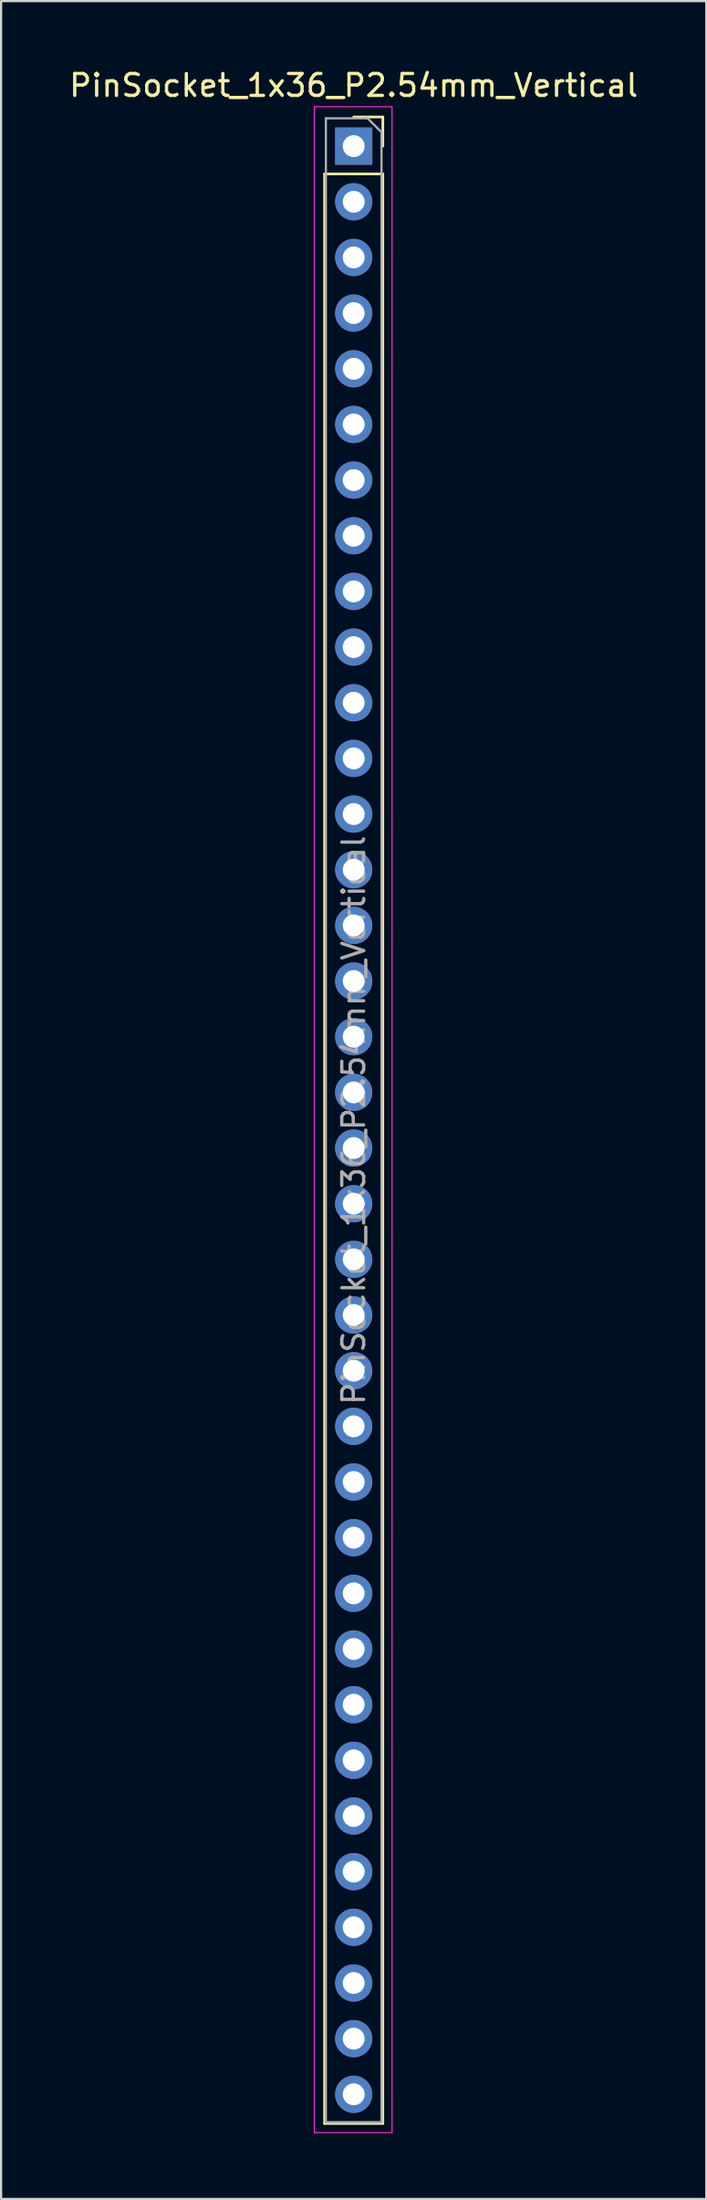
<source format=kicad_pcb>
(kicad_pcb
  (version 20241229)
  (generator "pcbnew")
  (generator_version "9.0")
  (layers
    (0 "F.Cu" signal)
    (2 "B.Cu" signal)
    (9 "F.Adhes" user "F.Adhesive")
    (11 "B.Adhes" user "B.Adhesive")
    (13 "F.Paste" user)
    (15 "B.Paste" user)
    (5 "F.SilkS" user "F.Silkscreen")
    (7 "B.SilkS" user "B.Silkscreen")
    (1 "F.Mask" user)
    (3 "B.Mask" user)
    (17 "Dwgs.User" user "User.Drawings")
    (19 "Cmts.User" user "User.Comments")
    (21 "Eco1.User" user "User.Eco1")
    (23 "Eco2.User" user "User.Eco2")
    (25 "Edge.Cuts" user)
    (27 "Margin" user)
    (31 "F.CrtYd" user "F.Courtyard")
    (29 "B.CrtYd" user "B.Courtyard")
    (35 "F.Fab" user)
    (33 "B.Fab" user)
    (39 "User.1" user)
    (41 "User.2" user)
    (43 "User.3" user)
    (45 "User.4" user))
  (footprint "PinSocket_1x36_P2.54mm_Vertical"
    (layer "F.Cu")
    (at 13.101 3.618)
    (property "Reference" "PinSocket_1x36_P2.54mm_Vertical" (at 0 -2.77 0) (layer "F.SilkS") (effects (font (size 1 1) (thickness 0.15))))
    (attr through_hole)
    (fp_line (start -1.33 1.27) (end -1.33 90.23) (stroke (width 0.12) (type solid)) (layer "F.SilkS"))
    (fp_line (start -1.33 1.27) (end 1.33 1.27) (stroke (width 0.12) (type solid)) (layer "F.SilkS"))
    (fp_line (start -1.33 90.23) (end 1.33 90.23) (stroke (width 0.12) (type solid)) (layer "F.SilkS"))
    (fp_line (start 0 -1.33) (end 1.33 -1.33) (stroke (width 0.12) (type solid)) (layer "F.SilkS"))
    (fp_line (start 1.33 -1.33) (end 1.33 0) (stroke (width 0.12) (type solid)) (layer "F.SilkS"))
    (fp_line (start 1.33 1.27) (end 1.33 90.23) (stroke (width 0.12) (type solid)) (layer "F.SilkS"))
    (fp_line (start -1.8 -1.8) (end 1.75 -1.8) (stroke (width 0.05) (type solid)) (layer "F.CrtYd"))
    (fp_line (start -1.8 90.65) (end -1.8 -1.8) (stroke (width 0.05) (type solid)) (layer "F.CrtYd"))
    (fp_line (start 1.75 -1.8) (end 1.75 90.65) (stroke (width 0.05) (type solid)) (layer "F.CrtYd"))
    (fp_line (start 1.75 90.65) (end -1.8 90.65) (stroke (width 0.05) (type solid)) (layer "F.CrtYd"))
    (fp_line (start -1.27 -1.27) (end 0.635 -1.27) (stroke (width 0.1) (type solid)) (layer "F.Fab"))
    (fp_line (start -1.27 90.17) (end -1.27 -1.27) (stroke (width 0.1) (type solid)) (layer "F.Fab"))
    (fp_line (start 0.635 -1.27) (end 1.27 -0.635) (stroke (width 0.1) (type solid)) (layer "F.Fab"))
    (fp_line (start 1.27 -0.635) (end 1.27 90.17) (stroke (width 0.1) (type solid)) (layer "F.Fab"))
    (fp_line (start 1.27 90.17) (end -1.27 90.17) (stroke (width 0.1) (type solid)) (layer "F.Fab"))
    (fp_text user "${REFERENCE}" (at 0 44.45 90) (layer "F.Fab") (effects (font (size 1 1) (thickness 0.15))))
    (pad "1" thru_hole rect (at 0 0) (size 1.7 1.7) (drill 1) (layers "*.Cu" "*.Mask"))
    (pad "2" thru_hole oval (at 0 2.54) (size 1.7 1.7) (drill 1) (layers "*.Cu" "*.Mask"))
    (pad "3" thru_hole oval (at 0 5.08) (size 1.7 1.7) (drill 1) (layers "*.Cu" "*.Mask"))
    (pad "4" thru_hole oval (at 0 7.62) (size 1.7 1.7) (drill 1) (layers "*.Cu" "*.Mask"))
    (pad "5" thru_hole oval (at 0 10.16) (size 1.7 1.7) (drill 1) (layers "*.Cu" "*.Mask"))
    (pad "6" thru_hole oval (at 0 12.7) (size 1.7 1.7) (drill 1) (layers "*.Cu" "*.Mask"))
    (pad "7" thru_hole oval (at 0 15.24) (size 1.7 1.7) (drill 1) (layers "*.Cu" "*.Mask"))
    (pad "8" thru_hole oval (at 0 17.78) (size 1.7 1.7) (drill 1) (layers "*.Cu" "*.Mask"))
    (pad "9" thru_hole oval (at 0 20.32) (size 1.7 1.7) (drill 1) (layers "*.Cu" "*.Mask"))
    (pad "10" thru_hole oval (at 0 22.86) (size 1.7 1.7) (drill 1) (layers "*.Cu" "*.Mask"))
    (pad "11" thru_hole oval (at 0 25.4) (size 1.7 1.7) (drill 1) (layers "*.Cu" "*.Mask"))
    (pad "12" thru_hole oval (at 0 27.94) (size 1.7 1.7) (drill 1) (layers "*.Cu" "*.Mask"))
    (pad "13" thru_hole oval (at 0 30.48) (size 1.7 1.7) (drill 1) (layers "*.Cu" "*.Mask"))
    (pad "14" thru_hole oval (at 0 33.02) (size 1.7 1.7) (drill 1) (layers "*.Cu" "*.Mask"))
    (pad "15" thru_hole oval (at 0 35.56) (size 1.7 1.7) (drill 1) (layers "*.Cu" "*.Mask"))
    (pad "16" thru_hole oval (at 0 38.1) (size 1.7 1.7) (drill 1) (layers "*.Cu" "*.Mask"))
    (pad "17" thru_hole oval (at 0 40.64) (size 1.7 1.7) (drill 1) (layers "*.Cu" "*.Mask"))
    (pad "18" thru_hole oval (at 0 43.18) (size 1.7 1.7) (drill 1) (layers "*.Cu" "*.Mask"))
    (pad "19" thru_hole oval (at 0 45.72) (size 1.7 1.7) (drill 1) (layers "*.Cu" "*.Mask"))
    (pad "20" thru_hole oval (at 0 48.26) (size 1.7 1.7) (drill 1) (layers "*.Cu" "*.Mask"))
    (pad "21" thru_hole oval (at 0 50.8) (size 1.7 1.7) (drill 1) (layers "*.Cu" "*.Mask"))
    (pad "22" thru_hole oval (at 0 53.34) (size 1.7 1.7) (drill 1) (layers "*.Cu" "*.Mask"))
    (pad "23" thru_hole oval (at 0 55.88) (size 1.7 1.7) (drill 1) (layers "*.Cu" "*.Mask"))
    (pad "24" thru_hole oval (at 0 58.42) (size 1.7 1.7) (drill 1) (layers "*.Cu" "*.Mask"))
    (pad "25" thru_hole oval (at 0 60.96) (size 1.7 1.7) (drill 1) (layers "*.Cu" "*.Mask"))
    (pad "26" thru_hole oval (at 0 63.5) (size 1.7 1.7) (drill 1) (layers "*.Cu" "*.Mask"))
    (pad "27" thru_hole oval (at 0 66.04) (size 1.7 1.7) (drill 1) (layers "*.Cu" "*.Mask"))
    (pad "28" thru_hole oval (at 0 68.58) (size 1.7 1.7) (drill 1) (layers "*.Cu" "*.Mask"))
    (pad "29" thru_hole oval (at 0 71.12) (size 1.7 1.7) (drill 1) (layers "*.Cu" "*.Mask"))
    (pad "30" thru_hole oval (at 0 73.66) (size 1.7 1.7) (drill 1) (layers "*.Cu" "*.Mask"))
    (pad "31" thru_hole oval (at 0 76.2) (size 1.7 1.7) (drill 1) (layers "*.Cu" "*.Mask"))
    (pad "32" thru_hole oval (at 0 78.74) (size 1.7 1.7) (drill 1) (layers "*.Cu" "*.Mask"))
    (pad "33" thru_hole oval (at 0 81.28) (size 1.7 1.7) (drill 1) (layers "*.Cu" "*.Mask"))
    (pad "34" thru_hole oval (at 0 83.82) (size 1.7 1.7) (drill 1) (layers "*.Cu" "*.Mask"))
    (pad "35" thru_hole oval (at 0 86.36) (size 1.7 1.7) (drill 1) (layers "*.Cu" "*.Mask"))
    (pad "36" thru_hole oval (at 0 88.9) (size 1.7 1.7) (drill 1) (layers "*.Cu" "*.Mask")))
  (gr_rect
    (start -3 -3)
    (end 29.202 97.293)
    (stroke (width 0.1) (type default))
    (fill no)
    (layer "Edge.Cuts")))
</source>
